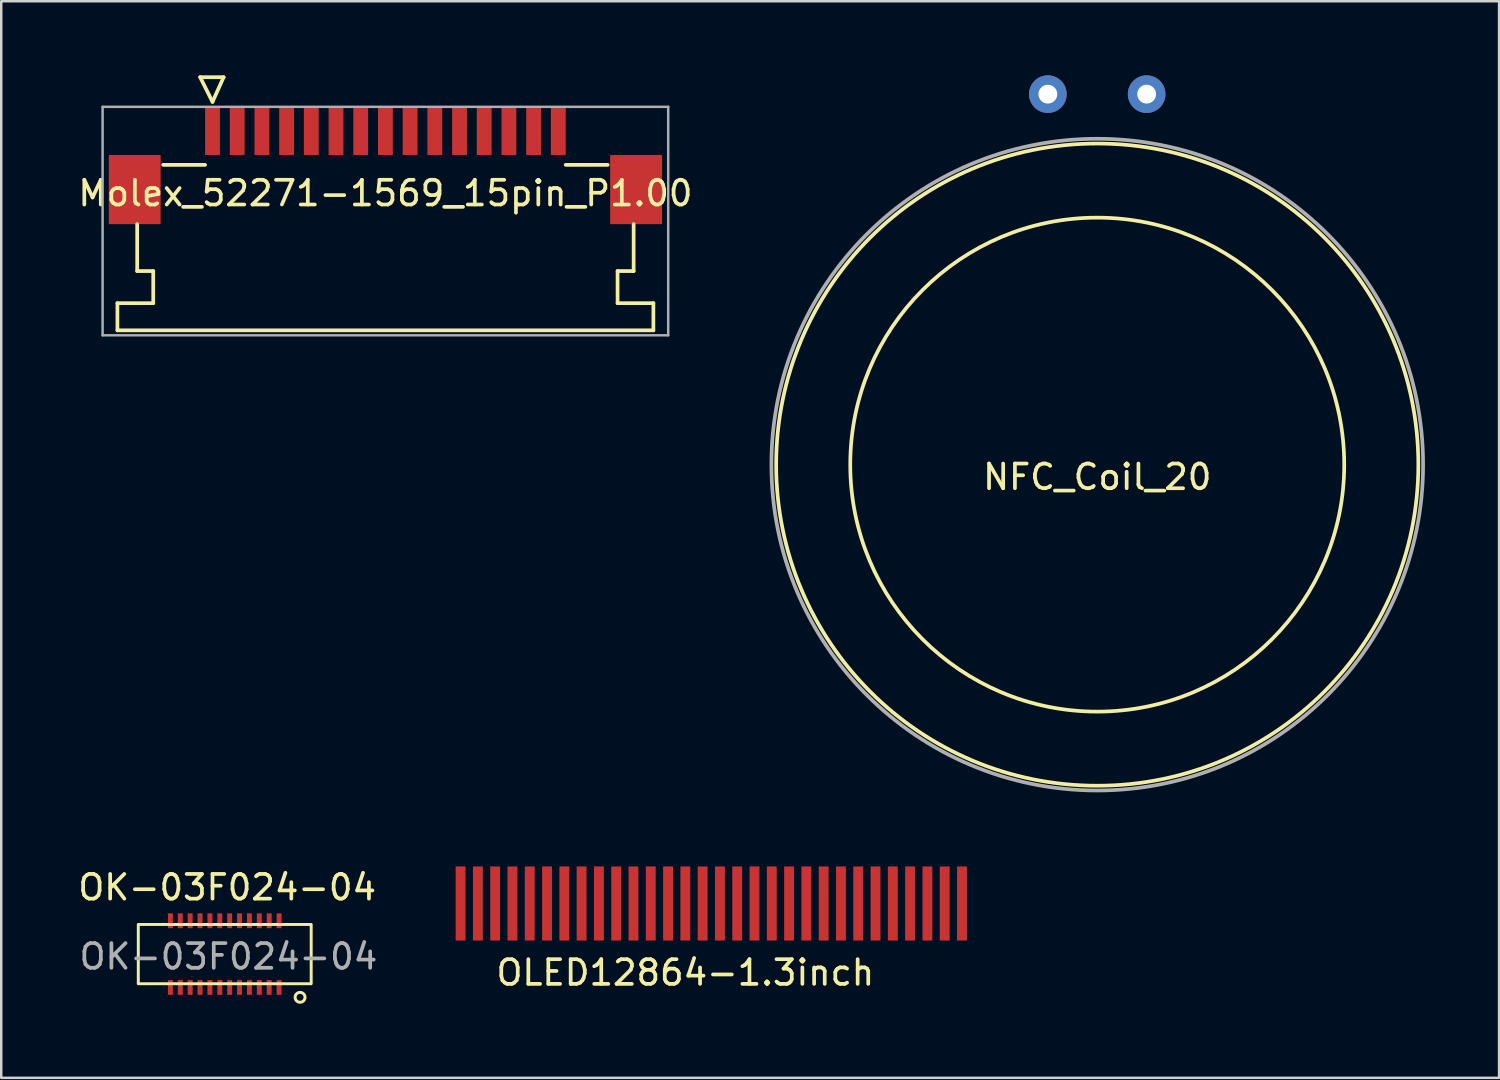
<source format=kicad_pcb>
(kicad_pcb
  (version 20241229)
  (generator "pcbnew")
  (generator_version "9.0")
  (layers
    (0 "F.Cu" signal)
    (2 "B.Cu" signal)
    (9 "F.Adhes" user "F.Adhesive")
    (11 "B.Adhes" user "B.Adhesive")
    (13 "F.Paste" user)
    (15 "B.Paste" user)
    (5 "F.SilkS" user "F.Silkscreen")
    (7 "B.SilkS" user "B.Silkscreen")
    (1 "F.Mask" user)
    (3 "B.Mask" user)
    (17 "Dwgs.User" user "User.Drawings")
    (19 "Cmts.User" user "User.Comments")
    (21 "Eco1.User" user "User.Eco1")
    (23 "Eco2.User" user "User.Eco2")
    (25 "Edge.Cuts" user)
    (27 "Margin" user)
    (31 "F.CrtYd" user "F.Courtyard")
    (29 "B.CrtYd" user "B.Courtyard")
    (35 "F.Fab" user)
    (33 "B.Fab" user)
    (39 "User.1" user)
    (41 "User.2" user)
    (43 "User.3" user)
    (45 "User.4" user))
  (footprint "OLED12864-1.3inch"
    (layer "F.Cu")
    (at 15.598 33.53)
    (property "Reference" "OLED12864-1.3inch" (at 9.1 2.8 0) (layer "F.SilkS") (effects (font (size 1 1) (thickness 0.15))))
    (attr through_hole)
    (pad "1" smd rect (at 0 0) (size 0.4 3) (layers "F.Cu" "F.Mask" "F.Paste"))
    (pad "2" smd rect (at 0.7 0) (size 0.4 3) (layers "F.Cu" "F.Mask" "F.Paste"))
    (pad "3" smd rect (at 1.4 0) (size 0.4 3) (layers "F.Cu" "F.Mask" "F.Paste"))
    (pad "4" smd rect (at 2.1 0) (size 0.4 3) (layers "F.Cu" "F.Mask" "F.Paste"))
    (pad "5" smd rect (at 2.8 0) (size 0.4 3) (layers "F.Cu" "F.Mask" "F.Paste"))
    (pad "6" smd rect (at 3.5 0) (size 0.4 3) (layers "F.Cu" "F.Mask" "F.Paste"))
    (pad "7" smd rect (at 4.2 0) (size 0.4 3) (layers "F.Cu" "F.Mask" "F.Paste"))
    (pad "8" smd rect (at 4.9 0) (size 0.4 3) (layers "F.Cu" "F.Mask" "F.Paste"))
    (pad "9" smd rect (at 5.6 0) (size 0.4 3) (layers "F.Cu" "F.Mask" "F.Paste"))
    (pad "10" smd rect (at 6.3 0) (size 0.4 3) (layers "F.Cu" "F.Mask" "F.Paste"))
    (pad "11" smd rect (at 7 0) (size 0.4 3) (layers "F.Cu" "F.Mask" "F.Paste"))
    (pad "12" smd rect (at 7.7 0) (size 0.4 3) (layers "F.Cu" "F.Mask" "F.Paste"))
    (pad "13" smd rect (at 8.4 0) (size 0.4 3) (layers "F.Cu" "F.Mask" "F.Paste"))
    (pad "14" smd rect (at 9.1 0) (size 0.4 3) (layers "F.Cu" "F.Mask" "F.Paste"))
    (pad "15" smd rect (at 9.8 0) (size 0.4 3) (layers "F.Cu" "F.Mask" "F.Paste"))
    (pad "16" smd rect (at 10.5 0) (size 0.4 3) (layers "F.Cu" "F.Mask" "F.Paste"))
    (pad "17" smd rect (at 11.2 0) (size 0.4 3) (layers "F.Cu" "F.Mask" "F.Paste"))
    (pad "18" smd rect (at 11.9 0) (size 0.4 3) (layers "F.Cu" "F.Mask" "F.Paste"))
    (pad "19" smd rect (at 12.6 0) (size 0.4 3) (layers "F.Cu" "F.Mask" "F.Paste"))
    (pad "20" smd rect (at 13.3 0) (size 0.4 3) (layers "F.Cu" "F.Mask" "F.Paste"))
    (pad "21" smd rect (at 14 0) (size 0.4 3) (layers "F.Cu" "F.Mask" "F.Paste"))
    (pad "22" smd rect (at 14.7 0) (size 0.4 3) (layers "F.Cu" "F.Mask" "F.Paste"))
    (pad "23" smd rect (at 15.4 0) (size 0.4 3) (layers "F.Cu" "F.Mask" "F.Paste"))
    (pad "24" smd rect (at 16.1 0) (size 0.4 3) (layers "F.Cu" "F.Mask" "F.Paste"))
    (pad "25" smd rect (at 16.8 0) (size 0.4 3) (layers "F.Cu" "F.Mask" "F.Paste"))
    (pad "26" smd rect (at 17.5 0) (size 0.4 3) (layers "F.Cu" "F.Mask" "F.Paste"))
    (pad "27" smd rect (at 18.2 0) (size 0.4 3) (layers "F.Cu" "F.Mask" "F.Paste"))
    (pad "28" smd rect (at 18.9 0) (size 0.4 3) (layers "F.Cu" "F.Mask" "F.Paste"))
    (pad "29" smd rect (at 19.6 0) (size 0.4 3) (layers "F.Cu" "F.Mask" "F.Paste"))
    (pad "30" smd rect (at 20.3 0) (size 0.4 3) (layers "F.Cu" "F.Mask" "F.Paste")))
  (footprint "NFC_Coil_20"
    (layer "F.Cu")
    (at 41.375 15.762)
    (property "Reference" "NFC_Coil_20" (at 0 0.5 0) (layer "F.SilkS") (effects (font (size 1 1) (thickness 0.15))))
    (attr through_hole)
    (fp_circle (center 0 0) (end 10 0) (stroke (width 0.15) (type solid)) (fill no) (layer "F.SilkS"))
    (fp_circle (center 0 0) (end 13 0) (stroke (width 0.15) (type solid)) (fill no) (layer "F.SilkS"))
    (fp_circle (center 0 0) (end 13.193 0) (stroke (width 0.15) (type solid)) (fill no) (layer "F.Fab"))
    (pad "1" thru_hole circle (at -2 -15) (size 1.524 1.524) (drill 0.762) (layers "*.Cu" "*.Mask"))
    (pad "2" thru_hole circle (at 2 -15) (size 1.524 1.524) (drill 0.762) (layers "*.Cu" "*.Mask")))
  (footprint "OK-03F024-04"
    (layer "F.Cu")
    (at 6.049 35.579)
    (property "Reference" "OK-03F024-04" (at 0.1 -2.7 0) (unlocked yes) (layer "F.SilkS") (effects (font (size 1 1) (thickness 0.15))))
    (attr smd)
    (fp_rect (start 3.5 1.2) (end -3.5 -1.2) (stroke (width 0.12) (type solid)) (fill no) (layer "F.SilkS"))
    (fp_circle (center 3.05 1.75) (end 3.25 1.75) (stroke (width 0.12) (type solid)) (fill no) (layer "F.SilkS"))
    (fp_text user "${REFERENCE}" (at 0.15 0.1 0) (unlocked yes) (layer "F.Fab") (effects (font (size 1 1) (thickness 0.15))))
    (pad "1" smd rect (at 2.2 1.35) (size 0.2 0.6) (layers "F.Cu" "F.Mask" "F.Paste"))
    (pad "2" smd rect (at 2.2 -1.35) (size 0.2 0.6) (layers "F.Cu" "F.Mask" "F.Paste"))
    (pad "3" smd rect (at 1.8 1.35) (size 0.2 0.6) (layers "F.Cu" "F.Mask" "F.Paste"))
    (pad "4" smd rect (at 1.8 -1.35) (size 0.2 0.6) (layers "F.Cu" "F.Mask" "F.Paste"))
    (pad "5" smd rect (at 1.4 1.35) (size 0.2 0.6) (layers "F.Cu" "F.Mask" "F.Paste"))
    (pad "6" smd rect (at 1.4 -1.35) (size 0.2 0.6) (layers "F.Cu" "F.Mask" "F.Paste"))
    (pad "7" smd rect (at 1 1.35) (size 0.2 0.6) (layers "F.Cu" "F.Mask" "F.Paste"))
    (pad "8" smd rect (at 1 -1.35) (size 0.2 0.6) (layers "F.Cu" "F.Mask" "F.Paste"))
    (pad "9" smd rect (at 0.6 1.35) (size 0.2 0.6) (layers "F.Cu" "F.Mask" "F.Paste"))
    (pad "10" smd rect (at 0.6 -1.35) (size 0.2 0.6) (layers "F.Cu" "F.Mask" "F.Paste"))
    (pad "11" smd rect (at 0.2 1.35) (size 0.2 0.6) (layers "F.Cu" "F.Mask" "F.Paste"))
    (pad "12" smd rect (at 0.2 -1.35) (size 0.2 0.6) (layers "F.Cu" "F.Mask" "F.Paste"))
    (pad "13" smd rect (at -0.2 1.35) (size 0.2 0.6) (layers "F.Cu" "F.Mask" "F.Paste"))
    (pad "14" smd rect (at -0.2 -1.35) (size 0.2 0.6) (layers "F.Cu" "F.Mask" "F.Paste"))
    (pad "15" smd rect (at -0.6 1.35) (size 0.2 0.6) (layers "F.Cu" "F.Mask" "F.Paste"))
    (pad "16" smd rect (at -0.6 -1.35) (size 0.2 0.6) (layers "F.Cu" "F.Mask" "F.Paste"))
    (pad "17" smd rect (at -1 1.35) (size 0.2 0.6) (layers "F.Cu" "F.Mask" "F.Paste"))
    (pad "18" smd rect (at -1 -1.35) (size 0.2 0.6) (layers "F.Cu" "F.Mask" "F.Paste"))
    (pad "19" smd rect (at -1.4 1.35) (size 0.2 0.6) (layers "F.Cu" "F.Mask" "F.Paste"))
    (pad "20" smd rect (at -1.4 -1.35) (size 0.2 0.6) (layers "F.Cu" "F.Mask" "F.Paste"))
    (pad "21" smd rect (at -1.8 1.35) (size 0.2 0.6) (layers "F.Cu" "F.Mask" "F.Paste"))
    (pad "22" smd rect (at -1.8 -1.35) (size 0.2 0.6) (layers "F.Cu" "F.Mask" "F.Paste"))
    (pad "23" smd rect (at -2.2 1.35) (size 0.2 0.6) (layers "F.Cu" "F.Mask" "F.Paste"))
    (pad "24" smd rect (at -2.2 -1.35) (size 0.2 0.6) (layers "F.Cu" "F.Mask" "F.Paste")))
  (footprint "Molex_52271-1569_15pin_P1.00"
    (layer "F.Cu")
    (at 12.554 5.275)
    (property "Reference" "Molex_52271-1569_15pin_P1.00" (at 0 -0.5 0) (unlocked yes) (layer "F.SilkS") (effects (font (size 1 1) (thickness 0.15))))
    (fp_line (start -10.85 3.95) (end -10.85 5.05) (stroke (width 0.15) (type solid)) (layer "F.SilkS"))
    (fp_line (start -10.85 5.05) (end 10.85 5.05) (stroke (width 0.15) (type solid)) (layer "F.SilkS"))
    (fp_line (start -10.05 0.75) (end -10.05 2.65) (stroke (width 0.15) (type solid)) (layer "F.SilkS"))
    (fp_line (start -10.05 2.65) (end -9.4 2.65) (stroke (width 0.15) (type solid)) (layer "F.SilkS"))
    (fp_line (start -9.4 3.95) (end -10.85 3.95) (stroke (width 0.15) (type solid)) (layer "F.SilkS"))
    (fp_line (start -9.4 3.95) (end -9.4 2.65) (stroke (width 0.15) (type solid)) (layer "F.SilkS"))
    (fp_line (start -7.5 -5.2) (end -6.55 -5.2) (stroke (width 0.15) (type solid)) (layer "F.SilkS"))
    (fp_line (start -7.3 -1.65) (end -9 -1.65) (stroke (width 0.15) (type solid)) (layer "F.SilkS"))
    (fp_line (start -7 -4.2) (end -7.5 -5.2) (stroke (width 0.15) (type solid)) (layer "F.SilkS"))
    (fp_line (start -6.55 -5.2) (end -7 -4.2) (stroke (width 0.15) (type solid)) (layer "F.SilkS"))
    (fp_line (start 7.3 -1.65) (end 9 -1.65) (stroke (width 0.15) (type solid)) (layer "F.SilkS"))
    (fp_line (start 9.4 2.65) (end 10.05 2.65) (stroke (width 0.15) (type solid)) (layer "F.SilkS"))
    (fp_line (start 9.4 3.95) (end 9.4 2.65) (stroke (width 0.15) (type solid)) (layer "F.SilkS"))
    (fp_line (start 10.05 0.75) (end 10.05 2.65) (stroke (width 0.15) (type solid)) (layer "F.SilkS"))
    (fp_line (start 10.85 3.95) (end 9.4 3.95) (stroke (width 0.15) (type solid)) (layer "F.SilkS"))
    (fp_line (start 10.85 3.95) (end 10.85 5.05) (stroke (width 0.15) (type solid)) (layer "F.SilkS"))
    (fp_line (start -11.45 -4) (end 11.45 -4) (stroke (width 0.1) (type solid)) (layer "F.Fab"))
    (fp_line (start -11.45 5.25) (end -11.45 -4) (stroke (width 0.1) (type solid)) (layer "F.Fab"))
    (fp_line (start 11.45 -4) (end 11.45 5.25) (stroke (width 0.1) (type solid)) (layer "F.Fab"))
    (fp_line (start 11.45 5.25) (end -11.45 5.25) (stroke (width 0.1) (type solid)) (layer "F.Fab"))
    (pad "" connect rect (at -10.15 -0.65) (size 2.1 2.8) (layers "F.Cu" "F.Mask"))
    (pad "" connect rect (at 10.15 -0.65) (size 2.1 2.8) (layers "F.Cu" "F.Mask"))
    (pad "1" smd rect (at -7 -3) (size 0.6 1.9) (layers "F.Cu" "F.Mask" "F.Paste"))
    (pad "2" smd rect (at -6 -3) (size 0.6 1.9) (layers "F.Cu" "F.Mask" "F.Paste"))
    (pad "3" smd rect (at -5 -3) (size 0.6 1.9) (layers "F.Cu" "F.Mask" "F.Paste"))
    (pad "4" smd rect (at -4 -3) (size 0.6 1.9) (layers "F.Cu" "F.Mask" "F.Paste"))
    (pad "5" smd rect (at -3 -3) (size 0.6 1.9) (layers "F.Cu" "F.Mask" "F.Paste"))
    (pad "6" smd rect (at -2 -3) (size 0.6 1.9) (layers "F.Cu" "F.Mask" "F.Paste"))
    (pad "7" smd rect (at -1 -3) (size 0.6 1.9) (layers "F.Cu" "F.Mask" "F.Paste"))
    (pad "8" smd rect (at 0 -3) (size 0.6 1.9) (layers "F.Cu" "F.Mask" "F.Paste"))
    (pad "9" smd rect (at 1 -3) (size 0.6 1.9) (layers "F.Cu" "F.Mask" "F.Paste"))
    (pad "10" smd rect (at 2 -3) (size 0.6 1.9) (layers "F.Cu" "F.Mask" "F.Paste"))
    (pad "11" smd rect (at 3 -3) (size 0.6 1.9) (layers "F.Cu" "F.Mask" "F.Paste"))
    (pad "12" smd rect (at 4 -3) (size 0.6 1.9) (layers "F.Cu" "F.Mask" "F.Paste"))
    (pad "13" smd rect (at 5 -3) (size 0.6 1.9) (layers "F.Cu" "F.Mask" "F.Paste"))
    (pad "14" smd rect (at 6 -3) (size 0.6 1.9) (layers "F.Cu" "F.Mask" "F.Paste"))
    (pad "15" smd rect (at 7 -3) (size 0.6 1.9) (layers "F.Cu" "F.Mask" "F.Paste")))
  (gr_rect
    (start -3 -3)
    (end 57.644 40.589)
    (stroke (width 0.1) (type default))
    (fill no)
    (layer "Edge.Cuts")))
</source>
